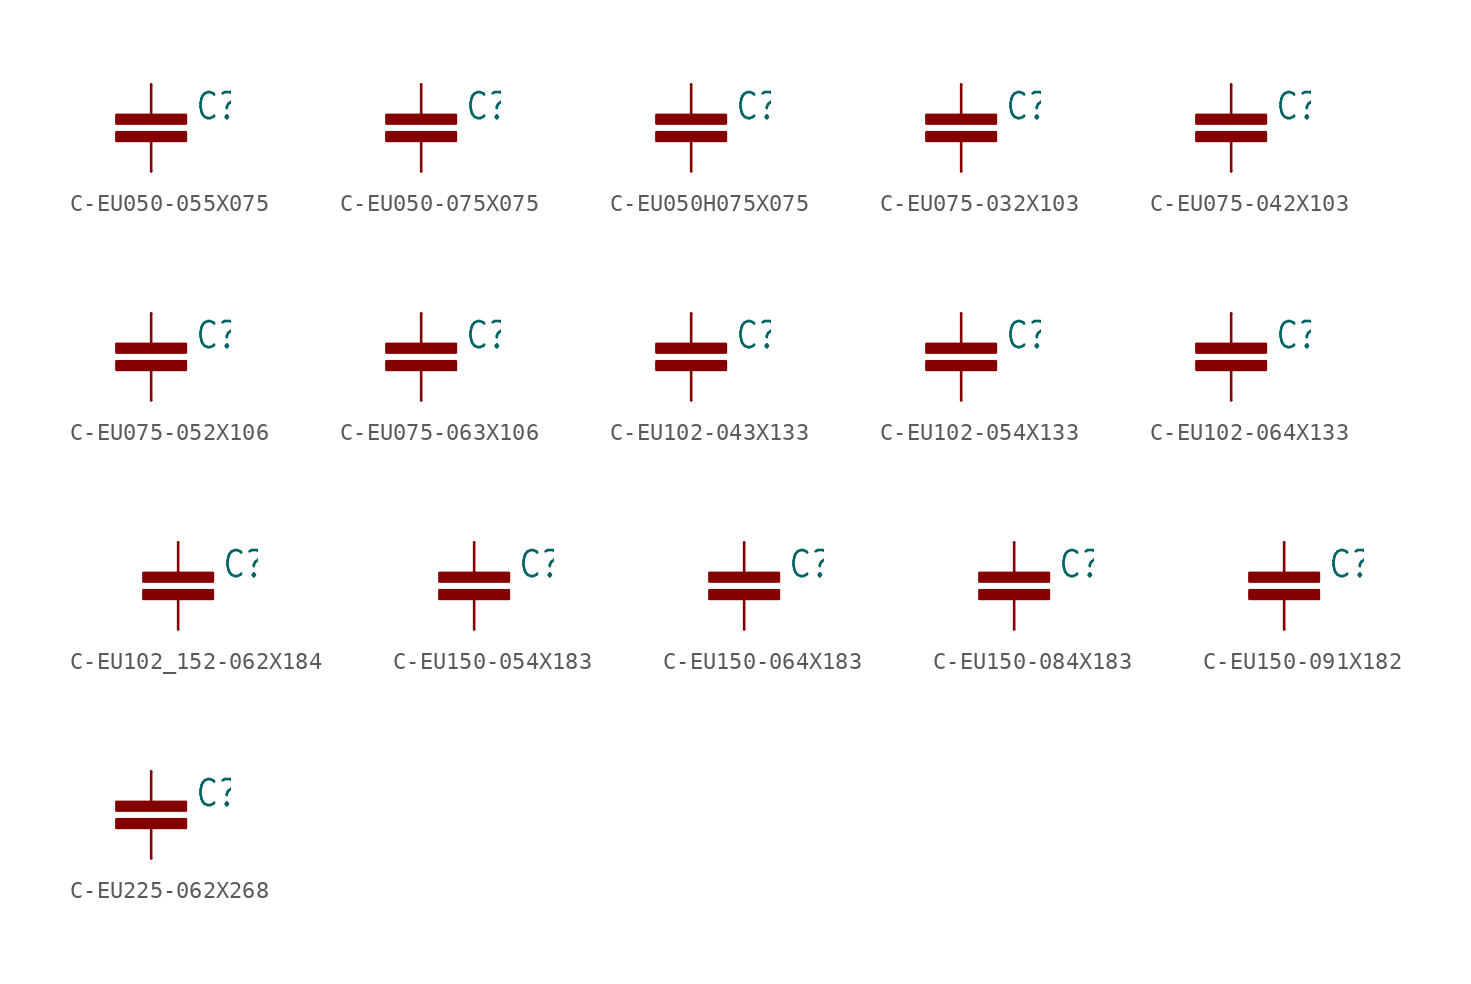
<source format=kicad_sym>
(kicad_symbol_lib
  (version 20220914)
  (generator kicad_symbol_editor)
  (symbol "C-EU050-055X075"
    (property "Reference" "C"
      (at 2.54 1.27 0)
      (effects (font (size 1.524 1.295)) (justify left)))
    (property "Value" ""
      (at 2.54 -1.27 0)
      (effects (font (size 1.524 1.295)) (justify left)))
    (property "ki_locked" ""
      (at 0 0 0)
      (effects (font (size 1.27 1.27))))
    (symbol "C-EU050-055X075_1_0"
      (rectangle (start -2.032 -0.762) (end 2.032 -0.254) (stroke (width 0) (type default)) (fill (type outline)))
      (rectangle (start -2.032 0.254) (end 2.032 0.762) (stroke (width 0) (type default)) (fill (type outline)))
      (polyline (pts (xy 0 -2.54) (xy 0 -0.762)) (stroke (width 0.152) (type solid)) (fill (type none)))
      (polyline (pts (xy 0 2.54) (xy 0 0.762)) (stroke (width 0.152) (type solid)) (fill (type none)))
      (pin passive line (at 0 2.54 270) (length 0) (name "1" (effects (font (size 0 0)))) (number "1" (effects (font (size 0 0)))))
      (pin passive line (at 0 -2.54 90) (length 0) (name "2" (effects (font (size 0 0)))) (number "2" (effects (font (size 0 0)))))))
  (symbol "C-EU050-075X075"
    (property "Reference" "C"
      (at 2.54 1.27 0)
      (effects (font (size 1.524 1.295)) (justify left)))
    (property "Value" ""
      (at 2.54 -1.27 0)
      (effects (font (size 1.524 1.295)) (justify left)))
    (property "ki_locked" ""
      (at 0 0 0)
      (effects (font (size 1.27 1.27))))
    (symbol "C-EU050-075X075_1_0"
      (rectangle (start -2.032 -0.762) (end 2.032 -0.254) (stroke (width 0) (type default)) (fill (type outline)))
      (rectangle (start -2.032 0.254) (end 2.032 0.762) (stroke (width 0) (type default)) (fill (type outline)))
      (polyline (pts (xy 0 -2.54) (xy 0 -0.762)) (stroke (width 0.152) (type solid)) (fill (type none)))
      (polyline (pts (xy 0 2.54) (xy 0 0.762)) (stroke (width 0.152) (type solid)) (fill (type none)))
      (pin passive line (at 0 2.54 270) (length 0) (name "1" (effects (font (size 0 0)))) (number "1" (effects (font (size 0 0)))))
      (pin passive line (at 0 -2.54 90) (length 0) (name "2" (effects (font (size 0 0)))) (number "2" (effects (font (size 0 0)))))))
  (symbol "C-EU050H075X075"
    (property "Reference" "C"
      (at 2.54 1.27 0)
      (effects (font (size 1.524 1.295)) (justify left)))
    (property "Value" ""
      (at 2.54 -1.27 0)
      (effects (font (size 1.524 1.295)) (justify left)))
    (property "ki_locked" ""
      (at 0 0 0)
      (effects (font (size 1.27 1.27))))
    (symbol "C-EU050H075X075_1_0"
      (rectangle (start -2.032 -0.762) (end 2.032 -0.254) (stroke (width 0) (type default)) (fill (type outline)))
      (rectangle (start -2.032 0.254) (end 2.032 0.762) (stroke (width 0) (type default)) (fill (type outline)))
      (polyline (pts (xy 0 -2.54) (xy 0 -0.762)) (stroke (width 0.152) (type solid)) (fill (type none)))
      (polyline (pts (xy 0 2.54) (xy 0 0.762)) (stroke (width 0.152) (type solid)) (fill (type none)))
      (pin passive line (at 0 2.54 270) (length 0) (name "1" (effects (font (size 0 0)))) (number "1" (effects (font (size 0 0)))))
      (pin passive line (at 0 -2.54 90) (length 0) (name "2" (effects (font (size 0 0)))) (number "2" (effects (font (size 0 0)))))))
  (symbol "C-EU075-032X103"
    (property "Reference" "C"
      (at 2.54 1.27 0)
      (effects (font (size 1.524 1.295)) (justify left)))
    (property "Value" ""
      (at 2.54 -1.27 0)
      (effects (font (size 1.524 1.295)) (justify left)))
    (property "ki_locked" ""
      (at 0 0 0)
      (effects (font (size 1.27 1.27))))
    (symbol "C-EU075-032X103_1_0"
      (rectangle (start -2.032 -0.762) (end 2.032 -0.254) (stroke (width 0) (type default)) (fill (type outline)))
      (rectangle (start -2.032 0.254) (end 2.032 0.762) (stroke (width 0) (type default)) (fill (type outline)))
      (polyline (pts (xy 0 -2.54) (xy 0 -0.762)) (stroke (width 0.152) (type solid)) (fill (type none)))
      (polyline (pts (xy 0 2.54) (xy 0 0.762)) (stroke (width 0.152) (type solid)) (fill (type none)))
      (pin passive line (at 0 2.54 270) (length 0) (name "1" (effects (font (size 0 0)))) (number "1" (effects (font (size 0 0)))))
      (pin passive line (at 0 -2.54 90) (length 0) (name "2" (effects (font (size 0 0)))) (number "2" (effects (font (size 0 0)))))))
  (symbol "C-EU075-042X103"
    (property "Reference" "C"
      (at 2.54 1.27 0)
      (effects (font (size 1.524 1.295)) (justify left)))
    (property "Value" ""
      (at 2.54 -1.27 0)
      (effects (font (size 1.524 1.295)) (justify left)))
    (property "ki_locked" ""
      (at 0 0 0)
      (effects (font (size 1.27 1.27))))
    (symbol "C-EU075-042X103_1_0"
      (rectangle (start -2.032 -0.762) (end 2.032 -0.254) (stroke (width 0) (type default)) (fill (type outline)))
      (rectangle (start -2.032 0.254) (end 2.032 0.762) (stroke (width 0) (type default)) (fill (type outline)))
      (polyline (pts (xy 0 -2.54) (xy 0 -0.762)) (stroke (width 0.152) (type solid)) (fill (type none)))
      (polyline (pts (xy 0 2.54) (xy 0 0.762)) (stroke (width 0.152) (type solid)) (fill (type none)))
      (pin passive line (at 0 2.54 270) (length 0) (name "1" (effects (font (size 0 0)))) (number "1" (effects (font (size 0 0)))))
      (pin passive line (at 0 -2.54 90) (length 0) (name "2" (effects (font (size 0 0)))) (number "2" (effects (font (size 0 0)))))))
  (symbol "C-EU075-052X106"
    (property "Reference" "C"
      (at 2.54 1.27 0)
      (effects (font (size 1.524 1.295)) (justify left)))
    (property "Value" ""
      (at 2.54 -1.27 0)
      (effects (font (size 1.524 1.295)) (justify left)))
    (property "ki_locked" ""
      (at 0 0 0)
      (effects (font (size 1.27 1.27))))
    (symbol "C-EU075-052X106_1_0"
      (rectangle (start -2.032 -0.762) (end 2.032 -0.254) (stroke (width 0) (type default)) (fill (type outline)))
      (rectangle (start -2.032 0.254) (end 2.032 0.762) (stroke (width 0) (type default)) (fill (type outline)))
      (polyline (pts (xy 0 -2.54) (xy 0 -0.762)) (stroke (width 0.152) (type solid)) (fill (type none)))
      (polyline (pts (xy 0 2.54) (xy 0 0.762)) (stroke (width 0.152) (type solid)) (fill (type none)))
      (pin passive line (at 0 2.54 270) (length 0) (name "1" (effects (font (size 0 0)))) (number "1" (effects (font (size 0 0)))))
      (pin passive line (at 0 -2.54 90) (length 0) (name "2" (effects (font (size 0 0)))) (number "2" (effects (font (size 0 0)))))))
  (symbol "C-EU075-063X106"
    (property "Reference" "C"
      (at 2.54 1.27 0)
      (effects (font (size 1.524 1.295)) (justify left)))
    (property "Value" ""
      (at 2.54 -1.27 0)
      (effects (font (size 1.524 1.295)) (justify left)))
    (property "ki_locked" ""
      (at 0 0 0)
      (effects (font (size 1.27 1.27))))
    (symbol "C-EU075-063X106_1_0"
      (rectangle (start -2.032 -0.762) (end 2.032 -0.254) (stroke (width 0) (type default)) (fill (type outline)))
      (rectangle (start -2.032 0.254) (end 2.032 0.762) (stroke (width 0) (type default)) (fill (type outline)))
      (polyline (pts (xy 0 -2.54) (xy 0 -0.762)) (stroke (width 0.152) (type solid)) (fill (type none)))
      (polyline (pts (xy 0 2.54) (xy 0 0.762)) (stroke (width 0.152) (type solid)) (fill (type none)))
      (pin passive line (at 0 2.54 270) (length 0) (name "1" (effects (font (size 0 0)))) (number "1" (effects (font (size 0 0)))))
      (pin passive line (at 0 -2.54 90) (length 0) (name "2" (effects (font (size 0 0)))) (number "2" (effects (font (size 0 0)))))))
  (symbol "C-EU102-043X133"
    (property "Reference" "C"
      (at 2.54 1.27 0)
      (effects (font (size 1.524 1.295)) (justify left)))
    (property "Value" ""
      (at 2.54 -1.27 0)
      (effects (font (size 1.524 1.295)) (justify left)))
    (property "ki_locked" ""
      (at 0 0 0)
      (effects (font (size 1.27 1.27))))
    (symbol "C-EU102-043X133_1_0"
      (rectangle (start -2.032 -0.762) (end 2.032 -0.254) (stroke (width 0) (type default)) (fill (type outline)))
      (rectangle (start -2.032 0.254) (end 2.032 0.762) (stroke (width 0) (type default)) (fill (type outline)))
      (polyline (pts (xy 0 -2.54) (xy 0 -0.762)) (stroke (width 0.152) (type solid)) (fill (type none)))
      (polyline (pts (xy 0 2.54) (xy 0 0.762)) (stroke (width 0.152) (type solid)) (fill (type none)))
      (pin passive line (at 0 2.54 270) (length 0) (name "1" (effects (font (size 0 0)))) (number "1" (effects (font (size 0 0)))))
      (pin passive line (at 0 -2.54 90) (length 0) (name "2" (effects (font (size 0 0)))) (number "2" (effects (font (size 0 0)))))))
  (symbol "C-EU102-054X133"
    (property "Reference" "C"
      (at 2.54 1.27 0)
      (effects (font (size 1.524 1.295)) (justify left)))
    (property "Value" ""
      (at 2.54 -1.27 0)
      (effects (font (size 1.524 1.295)) (justify left)))
    (property "ki_locked" ""
      (at 0 0 0)
      (effects (font (size 1.27 1.27))))
    (symbol "C-EU102-054X133_1_0"
      (rectangle (start -2.032 -0.762) (end 2.032 -0.254) (stroke (width 0) (type default)) (fill (type outline)))
      (rectangle (start -2.032 0.254) (end 2.032 0.762) (stroke (width 0) (type default)) (fill (type outline)))
      (polyline (pts (xy 0 -2.54) (xy 0 -0.762)) (stroke (width 0.152) (type solid)) (fill (type none)))
      (polyline (pts (xy 0 2.54) (xy 0 0.762)) (stroke (width 0.152) (type solid)) (fill (type none)))
      (pin passive line (at 0 2.54 270) (length 0) (name "1" (effects (font (size 0 0)))) (number "1" (effects (font (size 0 0)))))
      (pin passive line (at 0 -2.54 90) (length 0) (name "2" (effects (font (size 0 0)))) (number "2" (effects (font (size 0 0)))))))
  (symbol "C-EU102-064X133"
    (property "Reference" "C"
      (at 2.54 1.27 0)
      (effects (font (size 1.524 1.295)) (justify left)))
    (property "Value" ""
      (at 2.54 -1.27 0)
      (effects (font (size 1.524 1.295)) (justify left)))
    (property "ki_locked" ""
      (at 0 0 0)
      (effects (font (size 1.27 1.27))))
    (symbol "C-EU102-064X133_1_0"
      (rectangle (start -2.032 -0.762) (end 2.032 -0.254) (stroke (width 0) (type default)) (fill (type outline)))
      (rectangle (start -2.032 0.254) (end 2.032 0.762) (stroke (width 0) (type default)) (fill (type outline)))
      (polyline (pts (xy 0 -2.54) (xy 0 -0.762)) (stroke (width 0.152) (type solid)) (fill (type none)))
      (polyline (pts (xy 0 2.54) (xy 0 0.762)) (stroke (width 0.152) (type solid)) (fill (type none)))
      (pin passive line (at 0 2.54 270) (length 0) (name "1" (effects (font (size 0 0)))) (number "1" (effects (font (size 0 0)))))
      (pin passive line (at 0 -2.54 90) (length 0) (name "2" (effects (font (size 0 0)))) (number "2" (effects (font (size 0 0)))))))
  (symbol "C-EU102_152-062X184"
    (property "Reference" "C"
      (at 2.54 1.27 0)
      (effects (font (size 1.524 1.295)) (justify left)))
    (property "Value" ""
      (at 2.54 -1.27 0)
      (effects (font (size 1.524 1.295)) (justify left)))
    (property "ki_locked" ""
      (at 0 0 0)
      (effects (font (size 1.27 1.27))))
    (symbol "C-EU102_152-062X184_1_0"
      (rectangle (start -2.032 -0.762) (end 2.032 -0.254) (stroke (width 0) (type default)) (fill (type outline)))
      (rectangle (start -2.032 0.254) (end 2.032 0.762) (stroke (width 0) (type default)) (fill (type outline)))
      (polyline (pts (xy 0 -2.54) (xy 0 -0.762)) (stroke (width 0.152) (type solid)) (fill (type none)))
      (polyline (pts (xy 0 2.54) (xy 0 0.762)) (stroke (width 0.152) (type solid)) (fill (type none)))
      (pin passive line (at 0 2.54 270) (length 0) (name "1" (effects (font (size 0 0)))) (number "1" (effects (font (size 0 0)))))
      (pin passive line (at 0 -2.54 90) (length 0) (name "2" (effects (font (size 0 0)))) (number "2" (effects (font (size 0 0)))))))
  (symbol "C-EU150-054X183"
    (property "Reference" "C"
      (at 2.54 1.27 0)
      (effects (font (size 1.524 1.295)) (justify left)))
    (property "Value" ""
      (at 2.54 -1.27 0)
      (effects (font (size 1.524 1.295)) (justify left)))
    (property "ki_locked" ""
      (at 0 0 0)
      (effects (font (size 1.27 1.27))))
    (symbol "C-EU150-054X183_1_0"
      (rectangle (start -2.032 -0.762) (end 2.032 -0.254) (stroke (width 0) (type default)) (fill (type outline)))
      (rectangle (start -2.032 0.254) (end 2.032 0.762) (stroke (width 0) (type default)) (fill (type outline)))
      (polyline (pts (xy 0 -2.54) (xy 0 -0.762)) (stroke (width 0.152) (type solid)) (fill (type none)))
      (polyline (pts (xy 0 2.54) (xy 0 0.762)) (stroke (width 0.152) (type solid)) (fill (type none)))
      (pin passive line (at 0 2.54 270) (length 0) (name "1" (effects (font (size 0 0)))) (number "1" (effects (font (size 0 0)))))
      (pin passive line (at 0 -2.54 90) (length 0) (name "2" (effects (font (size 0 0)))) (number "2" (effects (font (size 0 0)))))))
  (symbol "C-EU150-064X183"
    (property "Reference" "C"
      (at 2.54 1.27 0)
      (effects (font (size 1.524 1.295)) (justify left)))
    (property "Value" ""
      (at 2.54 -1.27 0)
      (effects (font (size 1.524 1.295)) (justify left)))
    (property "ki_locked" ""
      (at 0 0 0)
      (effects (font (size 1.27 1.27))))
    (symbol "C-EU150-064X183_1_0"
      (rectangle (start -2.032 -0.762) (end 2.032 -0.254) (stroke (width 0) (type default)) (fill (type outline)))
      (rectangle (start -2.032 0.254) (end 2.032 0.762) (stroke (width 0) (type default)) (fill (type outline)))
      (polyline (pts (xy 0 -2.54) (xy 0 -0.762)) (stroke (width 0.152) (type solid)) (fill (type none)))
      (polyline (pts (xy 0 2.54) (xy 0 0.762)) (stroke (width 0.152) (type solid)) (fill (type none)))
      (pin passive line (at 0 2.54 270) (length 0) (name "1" (effects (font (size 0 0)))) (number "1" (effects (font (size 0 0)))))
      (pin passive line (at 0 -2.54 90) (length 0) (name "2" (effects (font (size 0 0)))) (number "2" (effects (font (size 0 0)))))))
  (symbol "C-EU150-084X183"
    (property "Reference" "C"
      (at 2.54 1.27 0)
      (effects (font (size 1.524 1.295)) (justify left)))
    (property "Value" ""
      (at 2.54 -1.27 0)
      (effects (font (size 1.524 1.295)) (justify left)))
    (property "ki_locked" ""
      (at 0 0 0)
      (effects (font (size 1.27 1.27))))
    (symbol "C-EU150-084X183_1_0"
      (rectangle (start -2.032 -0.762) (end 2.032 -0.254) (stroke (width 0) (type default)) (fill (type outline)))
      (rectangle (start -2.032 0.254) (end 2.032 0.762) (stroke (width 0) (type default)) (fill (type outline)))
      (polyline (pts (xy 0 -2.54) (xy 0 -0.762)) (stroke (width 0.152) (type solid)) (fill (type none)))
      (polyline (pts (xy 0 2.54) (xy 0 0.762)) (stroke (width 0.152) (type solid)) (fill (type none)))
      (pin passive line (at 0 2.54 270) (length 0) (name "1" (effects (font (size 0 0)))) (number "1" (effects (font (size 0 0)))))
      (pin passive line (at 0 -2.54 90) (length 0) (name "2" (effects (font (size 0 0)))) (number "2" (effects (font (size 0 0)))))))
  (symbol "C-EU150-091X182"
    (property "Reference" "C"
      (at 2.54 1.27 0)
      (effects (font (size 1.524 1.295)) (justify left)))
    (property "Value" ""
      (at 2.54 -1.27 0)
      (effects (font (size 1.524 1.295)) (justify left)))
    (property "ki_locked" ""
      (at 0 0 0)
      (effects (font (size 1.27 1.27))))
    (symbol "C-EU150-091X182_1_0"
      (rectangle (start -2.032 -0.762) (end 2.032 -0.254) (stroke (width 0) (type default)) (fill (type outline)))
      (rectangle (start -2.032 0.254) (end 2.032 0.762) (stroke (width 0) (type default)) (fill (type outline)))
      (polyline (pts (xy 0 -2.54) (xy 0 -0.762)) (stroke (width 0.152) (type solid)) (fill (type none)))
      (polyline (pts (xy 0 2.54) (xy 0 0.762)) (stroke (width 0.152) (type solid)) (fill (type none)))
      (pin passive line (at 0 2.54 270) (length 0) (name "1" (effects (font (size 0 0)))) (number "1" (effects (font (size 0 0)))))
      (pin passive line (at 0 -2.54 90) (length 0) (name "2" (effects (font (size 0 0)))) (number "2" (effects (font (size 0 0)))))))
  (symbol "C-EU225-062X268"
    (property "Reference" "C"
      (at 2.54 1.27 0)
      (effects (font (size 1.524 1.295)) (justify left)))
    (property "Value" ""
      (at 2.54 -1.27 0)
      (effects (font (size 1.524 1.295)) (justify left)))
    (property "ki_locked" ""
      (at 0 0 0)
      (effects (font (size 1.27 1.27))))
    (symbol "C-EU225-062X268_1_0"
      (rectangle (start -2.032 -0.762) (end 2.032 -0.254) (stroke (width 0) (type default)) (fill (type outline)))
      (rectangle (start -2.032 0.254) (end 2.032 0.762) (stroke (width 0) (type default)) (fill (type outline)))
      (polyline (pts (xy 0 -2.54) (xy 0 -0.762)) (stroke (width 0.152) (type solid)) (fill (type none)))
      (polyline (pts (xy 0 2.54) (xy 0 0.762)) (stroke (width 0.152) (type solid)) (fill (type none)))
      (pin passive line (at 0 2.54 270) (length 0) (name "1" (effects (font (size 0 0)))) (number "1" (effects (font (size 0 0)))))
      (pin passive line (at 0 -2.54 90) (length 0) (name "2" (effects (font (size 0 0)))) (number "2" (effects (font (size 0 0))))))))
</source>
